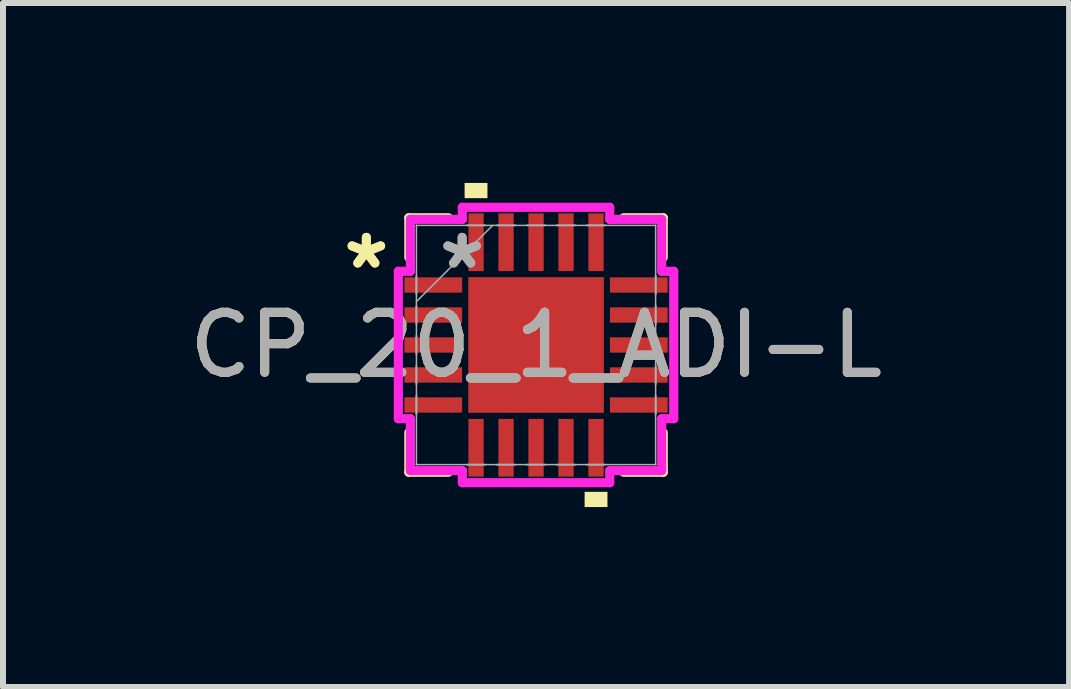
<source format=kicad_pcb>
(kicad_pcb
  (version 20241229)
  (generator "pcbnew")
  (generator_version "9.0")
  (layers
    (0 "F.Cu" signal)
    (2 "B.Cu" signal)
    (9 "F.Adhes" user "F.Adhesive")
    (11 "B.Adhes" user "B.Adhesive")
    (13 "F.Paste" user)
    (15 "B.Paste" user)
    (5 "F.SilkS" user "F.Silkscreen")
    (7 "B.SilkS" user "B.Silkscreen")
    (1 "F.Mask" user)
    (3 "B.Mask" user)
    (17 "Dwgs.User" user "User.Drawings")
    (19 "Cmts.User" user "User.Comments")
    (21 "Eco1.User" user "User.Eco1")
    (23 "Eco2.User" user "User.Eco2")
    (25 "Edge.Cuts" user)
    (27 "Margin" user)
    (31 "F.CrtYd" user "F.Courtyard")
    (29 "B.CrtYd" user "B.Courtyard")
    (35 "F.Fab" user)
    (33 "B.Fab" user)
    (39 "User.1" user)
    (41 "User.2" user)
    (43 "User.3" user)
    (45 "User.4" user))
  (footprint "CP_20_1_ADI-L"
    (layer "F.Cu")
    (at 5.887 2.702)
    (property "Reference" "CP_20_1_ADI-L" (at 0 0 0) (unlocked yes) (layer "F.SilkS") (effects (font (size 1 1) (thickness 0.15))))
    (attr smd)
    (fp_line (start -2.121 -2.121) (end -2.121 -1.46) (stroke (width 0.152) (type solid)) (layer "F.SilkS"))
    (fp_line (start -2.121 1.46) (end -2.121 2.121) (stroke (width 0.152) (type solid)) (layer "F.SilkS"))
    (fp_line (start -2.121 2.121) (end -1.46 2.121) (stroke (width 0.152) (type solid)) (layer "F.SilkS"))
    (fp_line (start -1.46 -2.121) (end -2.121 -2.121) (stroke (width 0.152) (type solid)) (layer "F.SilkS"))
    (fp_line (start 1.46 2.121) (end 2.121 2.121) (stroke (width 0.152) (type solid)) (layer "F.SilkS"))
    (fp_line (start 2.121 -2.121) (end 1.46 -2.121) (stroke (width 0.152) (type solid)) (layer "F.SilkS"))
    (fp_line (start 2.121 -1.46) (end 2.121 -2.121) (stroke (width 0.152) (type solid)) (layer "F.SilkS"))
    (fp_line (start 2.121 2.121) (end 2.121 1.46) (stroke (width 0.152) (type solid)) (layer "F.SilkS"))
    (fp_poly (pts (xy -1.191 -2.448) (xy -1.191 -2.702) (xy -0.81 -2.702) (xy -0.81 -2.448)) (stroke (width 0) (type solid)) (fill yes) (layer "F.SilkS"))
    (fp_poly (pts (xy 0.81 2.448) (xy 0.81 2.702) (xy 1.191 2.702) (xy 1.191 2.448)) (stroke (width 0) (type solid)) (fill yes) (layer "F.SilkS"))
    (fp_line (start -2.296 -1.229) (end -2.095 -1.229) (stroke (width 0.152) (type solid)) (layer "F.CrtYd"))
    (fp_line (start -2.296 1.229) (end -2.296 -1.229) (stroke (width 0.152) (type solid)) (layer "F.CrtYd"))
    (fp_line (start -2.095 -2.095) (end -1.229 -2.095) (stroke (width 0.152) (type solid)) (layer "F.CrtYd"))
    (fp_line (start -2.095 -1.229) (end -2.095 -2.095) (stroke (width 0.152) (type solid)) (layer "F.CrtYd"))
    (fp_line (start -2.095 1.229) (end -2.296 1.229) (stroke (width 0.152) (type solid)) (layer "F.CrtYd"))
    (fp_line (start -2.095 2.095) (end -2.095 1.229) (stroke (width 0.152) (type solid)) (layer "F.CrtYd"))
    (fp_line (start -1.229 -2.296) (end 1.229 -2.296) (stroke (width 0.152) (type solid)) (layer "F.CrtYd"))
    (fp_line (start -1.229 -2.095) (end -1.229 -2.296) (stroke (width 0.152) (type solid)) (layer "F.CrtYd"))
    (fp_line (start -1.229 2.095) (end -2.095 2.095) (stroke (width 0.152) (type solid)) (layer "F.CrtYd"))
    (fp_line (start -1.229 2.296) (end -1.229 2.095) (stroke (width 0.152) (type solid)) (layer "F.CrtYd"))
    (fp_line (start 1.229 -2.296) (end 1.229 -2.095) (stroke (width 0.152) (type solid)) (layer "F.CrtYd"))
    (fp_line (start 1.229 -2.095) (end 2.095 -2.095) (stroke (width 0.152) (type solid)) (layer "F.CrtYd"))
    (fp_line (start 1.229 2.095) (end 1.229 2.296) (stroke (width 0.152) (type solid)) (layer "F.CrtYd"))
    (fp_line (start 1.229 2.296) (end -1.229 2.296) (stroke (width 0.152) (type solid)) (layer "F.CrtYd"))
    (fp_line (start 2.095 -2.095) (end 2.095 -1.229) (stroke (width 0.152) (type solid)) (layer "F.CrtYd"))
    (fp_line (start 2.095 -1.229) (end 2.296 -1.229) (stroke (width 0.152) (type solid)) (layer "F.CrtYd"))
    (fp_line (start 2.095 1.229) (end 2.095 2.095) (stroke (width 0.152) (type solid)) (layer "F.CrtYd"))
    (fp_line (start 2.095 2.095) (end 1.229 2.095) (stroke (width 0.152) (type solid)) (layer "F.CrtYd"))
    (fp_line (start 2.296 -1.229) (end 2.296 1.229) (stroke (width 0.152) (type solid)) (layer "F.CrtYd"))
    (fp_line (start 2.296 1.229) (end 2.095 1.229) (stroke (width 0.152) (type solid)) (layer "F.CrtYd"))
    (fp_line (start -1.994 -1.994) (end -1.994 -1.994) (stroke (width 0.025) (type solid)) (layer "F.Fab"))
    (fp_line (start -1.994 -1.994) (end -1.994 1.994) (stroke (width 0.025) (type solid)) (layer "F.Fab"))
    (fp_line (start -1.994 -1.152) (end -1.994 -1.152) (stroke (width 0.025) (type solid)) (layer "F.Fab"))
    (fp_line (start -1.994 -1.152) (end -1.994 -0.848) (stroke (width 0.025) (type solid)) (layer "F.Fab"))
    (fp_line (start -1.994 -0.848) (end -1.994 -1.152) (stroke (width 0.025) (type solid)) (layer "F.Fab"))
    (fp_line (start -1.994 -0.848) (end -1.994 -0.848) (stroke (width 0.025) (type solid)) (layer "F.Fab"))
    (fp_line (start -1.994 -0.724) (end -0.724 -1.994) (stroke (width 0.025) (type solid)) (layer "F.Fab"))
    (fp_line (start -1.994 -0.652) (end -1.994 -0.652) (stroke (width 0.025) (type solid)) (layer "F.Fab"))
    (fp_line (start -1.994 -0.652) (end -1.994 -0.348) (stroke (width 0.025) (type solid)) (layer "F.Fab"))
    (fp_line (start -1.994 -0.348) (end -1.994 -0.652) (stroke (width 0.025) (type solid)) (layer "F.Fab"))
    (fp_line (start -1.994 -0.348) (end -1.994 -0.348) (stroke (width 0.025) (type solid)) (layer "F.Fab"))
    (fp_line (start -1.994 -0.152) (end -1.994 -0.152) (stroke (width 0.025) (type solid)) (layer "F.Fab"))
    (fp_line (start -1.994 -0.152) (end -1.994 0.152) (stroke (width 0.025) (type solid)) (layer "F.Fab"))
    (fp_line (start -1.994 0.152) (end -1.994 -0.152) (stroke (width 0.025) (type solid)) (layer "F.Fab"))
    (fp_line (start -1.994 0.152) (end -1.994 0.152) (stroke (width 0.025) (type solid)) (layer "F.Fab"))
    (fp_line (start -1.994 0.348) (end -1.994 0.348) (stroke (width 0.025) (type solid)) (layer "F.Fab"))
    (fp_line (start -1.994 0.348) (end -1.994 0.652) (stroke (width 0.025) (type solid)) (layer "F.Fab"))
    (fp_line (start -1.994 0.652) (end -1.994 0.348) (stroke (width 0.025) (type solid)) (layer "F.Fab"))
    (fp_line (start -1.994 0.652) (end -1.994 0.652) (stroke (width 0.025) (type solid)) (layer "F.Fab"))
    (fp_line (start -1.994 0.848) (end -1.994 0.848) (stroke (width 0.025) (type solid)) (layer "F.Fab"))
    (fp_line (start -1.994 0.848) (end -1.994 1.152) (stroke (width 0.025) (type solid)) (layer "F.Fab"))
    (fp_line (start -1.994 1.152) (end -1.994 0.848) (stroke (width 0.025) (type solid)) (layer "F.Fab"))
    (fp_line (start -1.994 1.152) (end -1.994 1.152) (stroke (width 0.025) (type solid)) (layer "F.Fab"))
    (fp_line (start -1.994 1.994) (end -1.994 1.994) (stroke (width 0.025) (type solid)) (layer "F.Fab"))
    (fp_line (start -1.994 1.994) (end 1.994 1.994) (stroke (width 0.025) (type solid)) (layer "F.Fab"))
    (fp_line (start -1.152 -1.994) (end -1.152 -1.994) (stroke (width 0.025) (type solid)) (layer "F.Fab"))
    (fp_line (start -1.152 -1.994) (end -0.848 -1.994) (stroke (width 0.025) (type solid)) (layer "F.Fab"))
    (fp_line (start -1.152 1.994) (end -1.152 1.994) (stroke (width 0.025) (type solid)) (layer "F.Fab"))
    (fp_line (start -1.152 1.994) (end -0.848 1.994) (stroke (width 0.025) (type solid)) (layer "F.Fab"))
    (fp_line (start -0.848 -1.994) (end -1.152 -1.994) (stroke (width 0.025) (type solid)) (layer "F.Fab"))
    (fp_line (start -0.848 -1.994) (end -0.848 -1.994) (stroke (width 0.025) (type solid)) (layer "F.Fab"))
    (fp_line (start -0.848 1.994) (end -1.152 1.994) (stroke (width 0.025) (type solid)) (layer "F.Fab"))
    (fp_line (start -0.848 1.994) (end -0.848 1.994) (stroke (width 0.025) (type solid)) (layer "F.Fab"))
    (fp_line (start -0.652 -1.994) (end -0.652 -1.994) (stroke (width 0.025) (type solid)) (layer "F.Fab"))
    (fp_line (start -0.652 -1.994) (end -0.348 -1.994) (stroke (width 0.025) (type solid)) (layer "F.Fab"))
    (fp_line (start -0.652 1.994) (end -0.652 1.994) (stroke (width 0.025) (type solid)) (layer "F.Fab"))
    (fp_line (start -0.652 1.994) (end -0.348 1.994) (stroke (width 0.025) (type solid)) (layer "F.Fab"))
    (fp_line (start -0.348 -1.994) (end -0.652 -1.994) (stroke (width 0.025) (type solid)) (layer "F.Fab"))
    (fp_line (start -0.348 -1.994) (end -0.348 -1.994) (stroke (width 0.025) (type solid)) (layer "F.Fab"))
    (fp_line (start -0.348 1.994) (end -0.652 1.994) (stroke (width 0.025) (type solid)) (layer "F.Fab"))
    (fp_line (start -0.348 1.994) (end -0.348 1.994) (stroke (width 0.025) (type solid)) (layer "F.Fab"))
    (fp_line (start -0.152 -1.994) (end -0.152 -1.994) (stroke (width 0.025) (type solid)) (layer "F.Fab"))
    (fp_line (start -0.152 -1.994) (end 0.152 -1.994) (stroke (width 0.025) (type solid)) (layer "F.Fab"))
    (fp_line (start -0.152 1.994) (end -0.152 1.994) (stroke (width 0.025) (type solid)) (layer "F.Fab"))
    (fp_line (start -0.152 1.994) (end 0.152 1.994) (stroke (width 0.025) (type solid)) (layer "F.Fab"))
    (fp_line (start 0.152 -1.994) (end -0.152 -1.994) (stroke (width 0.025) (type solid)) (layer "F.Fab"))
    (fp_line (start 0.152 -1.994) (end 0.152 -1.994) (stroke (width 0.025) (type solid)) (layer "F.Fab"))
    (fp_line (start 0.152 1.994) (end -0.152 1.994) (stroke (width 0.025) (type solid)) (layer "F.Fab"))
    (fp_line (start 0.152 1.994) (end 0.152 1.994) (stroke (width 0.025) (type solid)) (layer "F.Fab"))
    (fp_line (start 0.348 -1.994) (end 0.348 -1.994) (stroke (width 0.025) (type solid)) (layer "F.Fab"))
    (fp_line (start 0.348 -1.994) (end 0.652 -1.994) (stroke (width 0.025) (type solid)) (layer "F.Fab"))
    (fp_line (start 0.348 1.994) (end 0.348 1.994) (stroke (width 0.025) (type solid)) (layer "F.Fab"))
    (fp_line (start 0.348 1.994) (end 0.652 1.994) (stroke (width 0.025) (type solid)) (layer "F.Fab"))
    (fp_line (start 0.652 -1.994) (end 0.348 -1.994) (stroke (width 0.025) (type solid)) (layer "F.Fab"))
    (fp_line (start 0.652 -1.994) (end 0.652 -1.994) (stroke (width 0.025) (type solid)) (layer "F.Fab"))
    (fp_line (start 0.652 1.994) (end 0.348 1.994) (stroke (width 0.025) (type solid)) (layer "F.Fab"))
    (fp_line (start 0.652 1.994) (end 0.652 1.994) (stroke (width 0.025) (type solid)) (layer "F.Fab"))
    (fp_line (start 0.848 -1.994) (end 0.848 -1.994) (stroke (width 0.025) (type solid)) (layer "F.Fab"))
    (fp_line (start 0.848 -1.994) (end 1.152 -1.994) (stroke (width 0.025) (type solid)) (layer "F.Fab"))
    (fp_line (start 0.848 1.994) (end 0.848 1.994) (stroke (width 0.025) (type solid)) (layer "F.Fab"))
    (fp_line (start 0.848 1.994) (end 1.152 1.994) (stroke (width 0.025) (type solid)) (layer "F.Fab"))
    (fp_line (start 1.152 -1.994) (end 0.848 -1.994) (stroke (width 0.025) (type solid)) (layer "F.Fab"))
    (fp_line (start 1.152 -1.994) (end 1.152 -1.994) (stroke (width 0.025) (type solid)) (layer "F.Fab"))
    (fp_line (start 1.152 1.994) (end 0.848 1.994) (stroke (width 0.025) (type solid)) (layer "F.Fab"))
    (fp_line (start 1.152 1.994) (end 1.152 1.994) (stroke (width 0.025) (type solid)) (layer "F.Fab"))
    (fp_line (start 1.994 -1.994) (end -1.994 -1.994) (stroke (width 0.025) (type solid)) (layer "F.Fab"))
    (fp_line (start 1.994 -1.994) (end 1.994 -1.994) (stroke (width 0.025) (type solid)) (layer "F.Fab"))
    (fp_line (start 1.994 -1.152) (end 1.994 -1.152) (stroke (width 0.025) (type solid)) (layer "F.Fab"))
    (fp_line (start 1.994 -1.152) (end 1.994 -0.848) (stroke (width 0.025) (type solid)) (layer "F.Fab"))
    (fp_line (start 1.994 -0.848) (end 1.994 -1.152) (stroke (width 0.025) (type solid)) (layer "F.Fab"))
    (fp_line (start 1.994 -0.848) (end 1.994 -0.848) (stroke (width 0.025) (type solid)) (layer "F.Fab"))
    (fp_line (start 1.994 -0.652) (end 1.994 -0.652) (stroke (width 0.025) (type solid)) (layer "F.Fab"))
    (fp_line (start 1.994 -0.652) (end 1.994 -0.348) (stroke (width 0.025) (type solid)) (layer "F.Fab"))
    (fp_line (start 1.994 -0.348) (end 1.994 -0.652) (stroke (width 0.025) (type solid)) (layer "F.Fab"))
    (fp_line (start 1.994 -0.348) (end 1.994 -0.348) (stroke (width 0.025) (type solid)) (layer "F.Fab"))
    (fp_line (start 1.994 -0.152) (end 1.994 -0.152) (stroke (width 0.025) (type solid)) (layer "F.Fab"))
    (fp_line (start 1.994 -0.152) (end 1.994 0.152) (stroke (width 0.025) (type solid)) (layer "F.Fab"))
    (fp_line (start 1.994 0.152) (end 1.994 -0.152) (stroke (width 0.025) (type solid)) (layer "F.Fab"))
    (fp_line (start 1.994 0.152) (end 1.994 0.152) (stroke (width 0.025) (type solid)) (layer "F.Fab"))
    (fp_line (start 1.994 0.348) (end 1.994 0.348) (stroke (width 0.025) (type solid)) (layer "F.Fab"))
    (fp_line (start 1.994 0.348) (end 1.994 0.652) (stroke (width 0.025) (type solid)) (layer "F.Fab"))
    (fp_line (start 1.994 0.652) (end 1.994 0.348) (stroke (width 0.025) (type solid)) (layer "F.Fab"))
    (fp_line (start 1.994 0.652) (end 1.994 0.652) (stroke (width 0.025) (type solid)) (layer "F.Fab"))
    (fp_line (start 1.994 0.848) (end 1.994 0.848) (stroke (width 0.025) (type solid)) (layer "F.Fab"))
    (fp_line (start 1.994 0.848) (end 1.994 1.152) (stroke (width 0.025) (type solid)) (layer "F.Fab"))
    (fp_line (start 1.994 1.152) (end 1.994 0.848) (stroke (width 0.025) (type solid)) (layer "F.Fab"))
    (fp_line (start 1.994 1.152) (end 1.994 1.152) (stroke (width 0.025) (type solid)) (layer "F.Fab"))
    (fp_line (start 1.994 1.994) (end 1.994 -1.994) (stroke (width 0.025) (type solid)) (layer "F.Fab"))
    (fp_line (start 1.994 1.994) (end 1.994 1.994) (stroke (width 0.025) (type solid)) (layer "F.Fab"))
    (fp_text user "*" (at -2.829 -1.25 0) (unlocked yes) (layer "F.SilkS") (effects (font (size 1 1) (thickness 0.15))))
    (fp_text user "*" (at -2.829 -1.25 0) (layer "F.SilkS") (effects (font (size 1 1) (thickness 0.15))))
    (fp_text user "*" (at -1.232 -1.25 0) (unlocked yes) (layer "F.Fab") (effects (font (size 1 1) (thickness 0.15))))
    (fp_text user "${REFERENCE}" (at 0 0 0) (unlocked yes) (layer "F.Fab") (effects (font (size 1 1) (thickness 0.15))))
    (fp_text user "*" (at -1.232 -1.25 0) (layer "F.Fab") (effects (font (size 1 1) (thickness 0.15))))
    (pad "1" smd rect (at -1.713 -1 90) (size 0.255 0.962) (layers "F.Cu" "F.Mask" "F.Paste"))
    (pad "2" smd rect (at -1.713 -0.5 90) (size 0.255 0.962) (layers "F.Cu" "F.Mask" "F.Paste"))
    (pad "3" smd rect (at -1.713 0 90) (size 0.255 0.962) (layers "F.Cu" "F.Mask" "F.Paste"))
    (pad "4" smd rect (at -1.713 0.5 90) (size 0.255 0.962) (layers "F.Cu" "F.Mask" "F.Paste"))
    (pad "5" smd rect (at -1.713 1 90) (size 0.255 0.962) (layers "F.Cu" "F.Mask" "F.Paste"))
    (pad "6" smd rect (at -1 1.713) (size 0.255 0.962) (layers "F.Cu" "F.Mask" "F.Paste"))
    (pad "7" smd rect (at -0.5 1.713) (size 0.255 0.962) (layers "F.Cu" "F.Mask" "F.Paste"))
    (pad "8" smd rect (at 0 1.713) (size 0.255 0.962) (layers "F.Cu" "F.Mask" "F.Paste"))
    (pad "9" smd rect (at 0.5 1.713) (size 0.255 0.962) (layers "F.Cu" "F.Mask" "F.Paste"))
    (pad "10" smd rect (at 1 1.713) (size 0.255 0.962) (layers "F.Cu" "F.Mask" "F.Paste"))
    (pad "11" smd rect (at 1.713 1 90) (size 0.255 0.962) (layers "F.Cu" "F.Mask" "F.Paste"))
    (pad "12" smd rect (at 1.713 0.5 90) (size 0.255 0.962) (layers "F.Cu" "F.Mask" "F.Paste"))
    (pad "13" smd rect (at 1.713 0 90) (size 0.255 0.962) (layers "F.Cu" "F.Mask" "F.Paste"))
    (pad "14" smd rect (at 1.713 -0.5 90) (size 0.255 0.962) (layers "F.Cu" "F.Mask" "F.Paste"))
    (pad "15" smd rect (at 1.713 -1 90) (size 0.255 0.962) (layers "F.Cu" "F.Mask" "F.Paste"))
    (pad "16" smd rect (at 1 -1.713) (size 0.255 0.962) (layers "F.Cu" "F.Mask" "F.Paste"))
    (pad "17" smd rect (at 0.5 -1.713) (size 0.255 0.962) (layers "F.Cu" "F.Mask" "F.Paste"))
    (pad "18" smd rect (at 0 -1.713) (size 0.255 0.962) (layers "F.Cu" "F.Mask" "F.Paste"))
    (pad "19" smd rect (at -0.5 -1.713) (size 0.255 0.962) (layers "F.Cu" "F.Mask" "F.Paste"))
    (pad "20" smd rect (at -1 -1.713) (size 0.255 0.962) (layers "F.Cu" "F.Mask" "F.Paste"))
    (pad "21" smd rect (at 0 0) (size 2.261 2.261) (layers "F.Cu" "F.Mask" "F.Paste")))
  (gr_rect
    (start -3 -3)
    (end 14.774 8.404)
    (stroke (width 0.1) (type default))
    (fill no)
    (layer "Edge.Cuts")))
</source>
